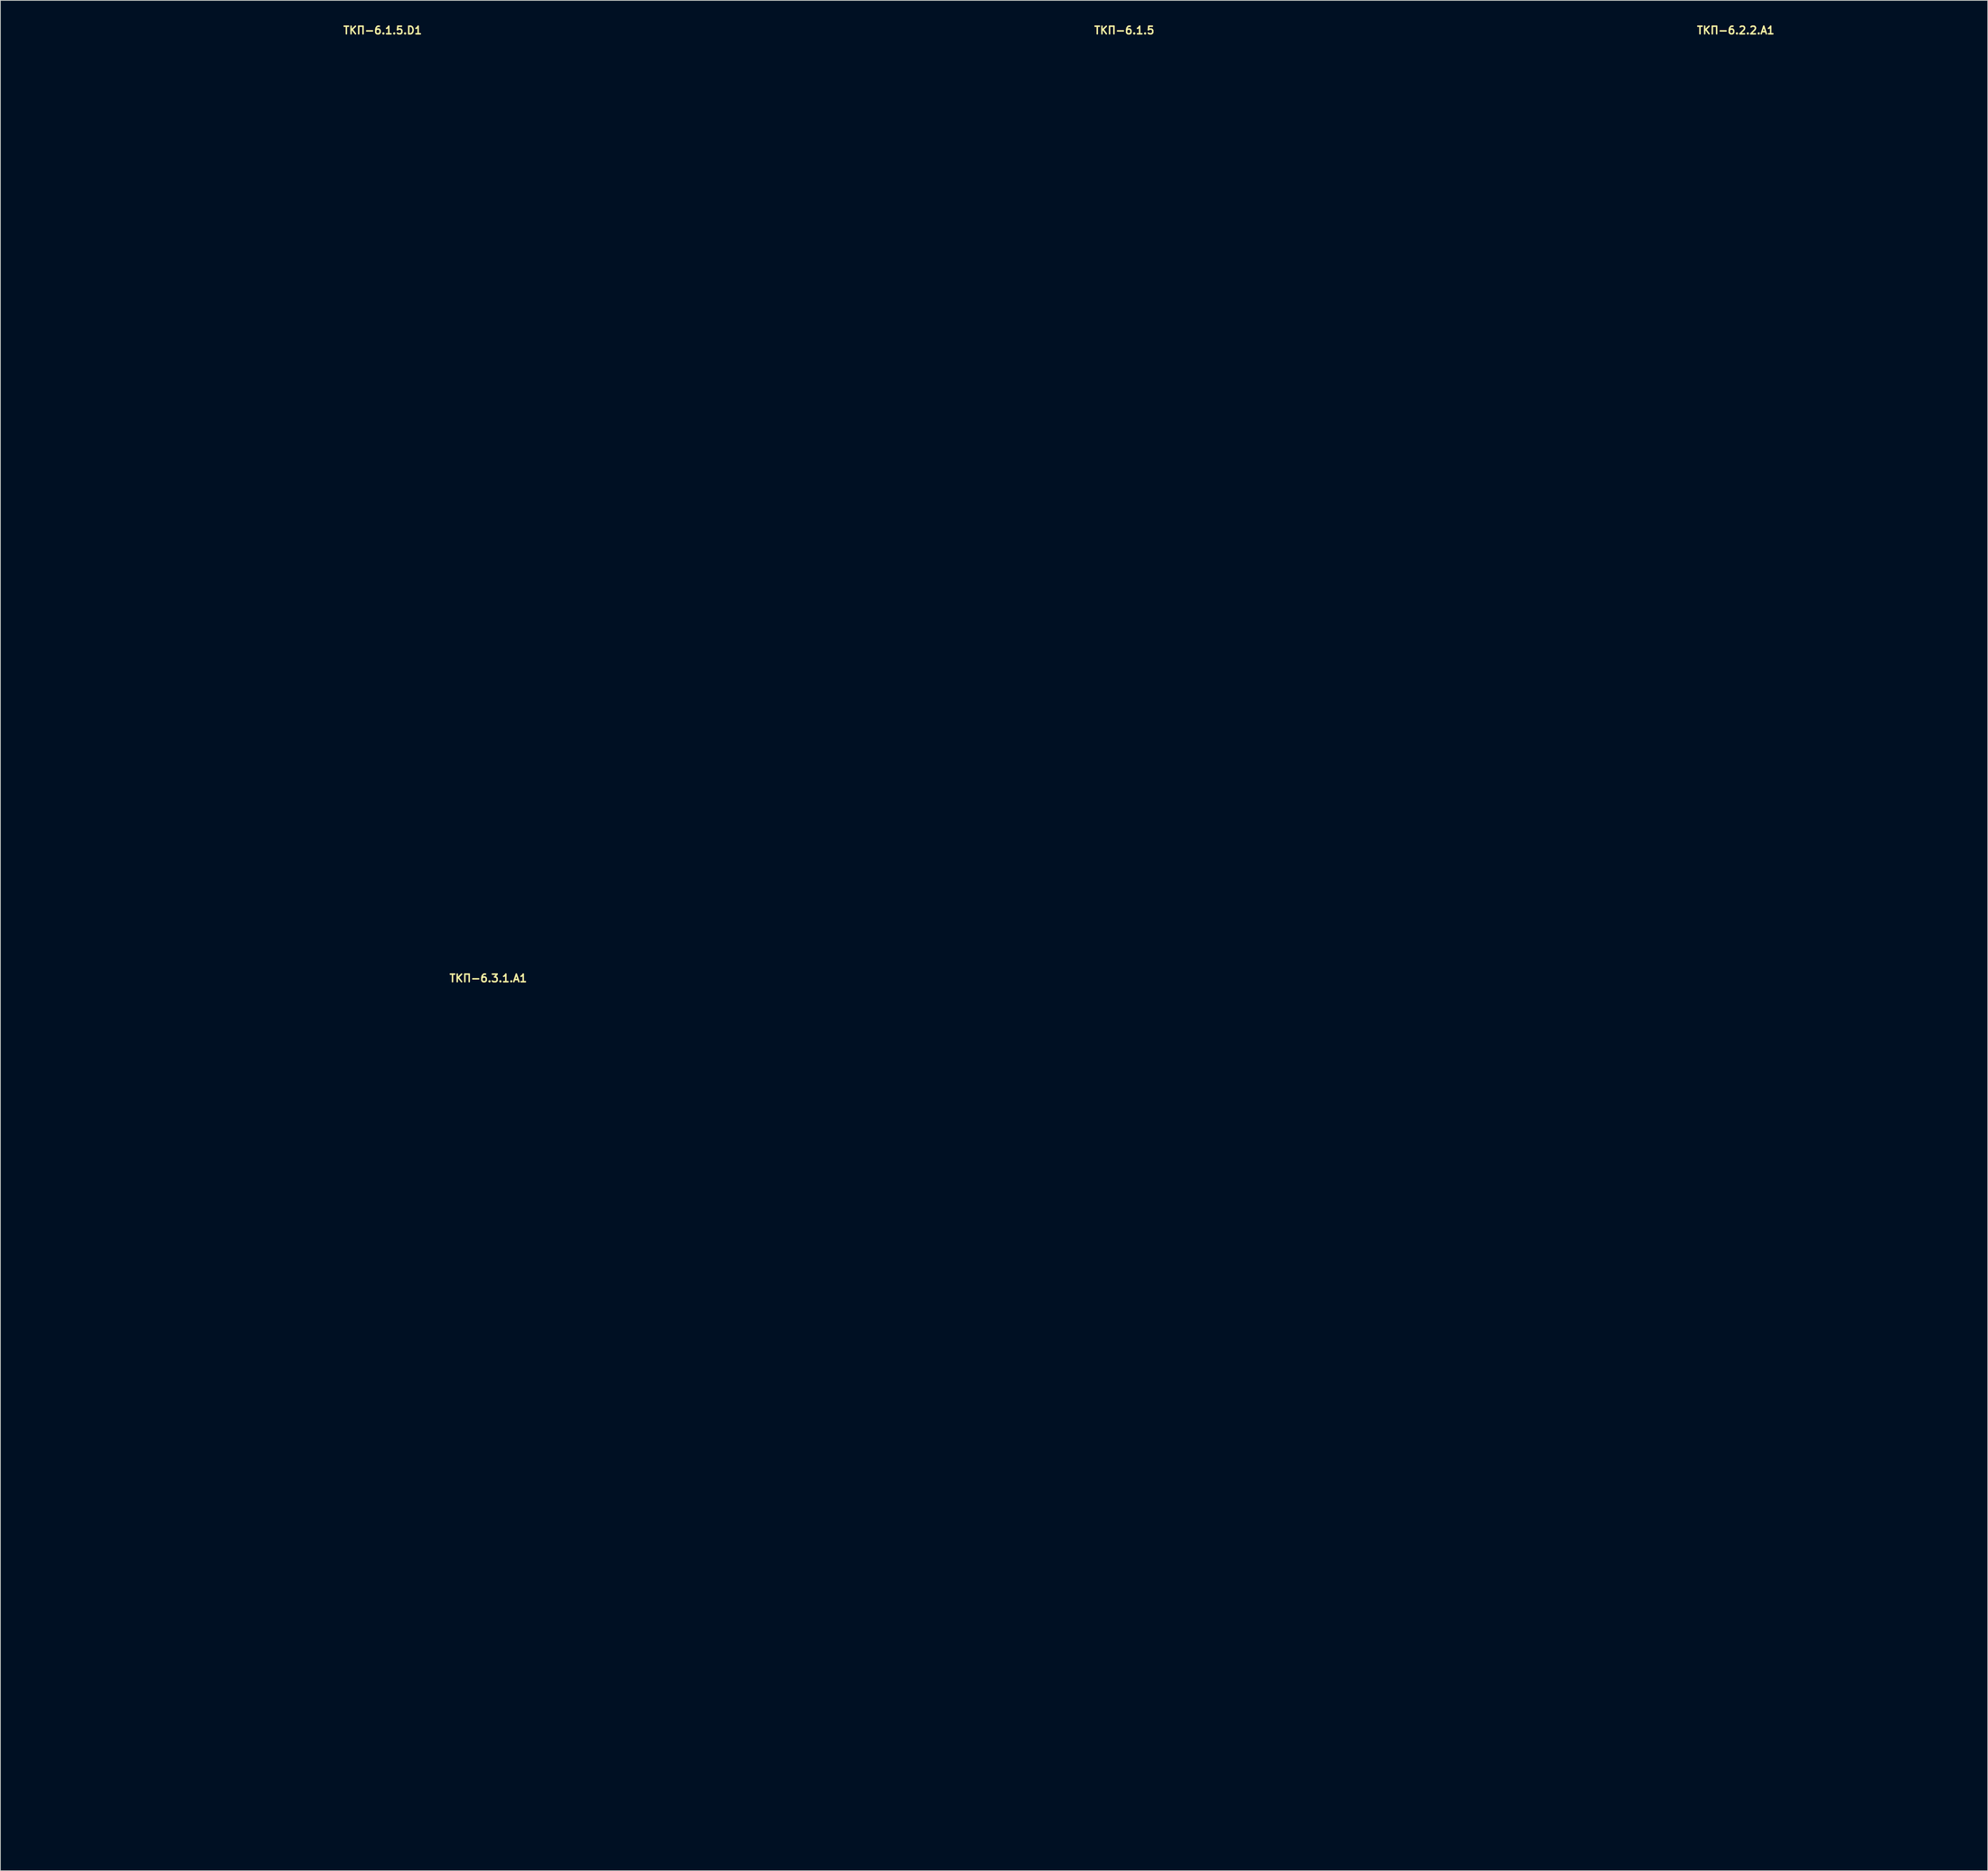
<source format=kicad_pcb>
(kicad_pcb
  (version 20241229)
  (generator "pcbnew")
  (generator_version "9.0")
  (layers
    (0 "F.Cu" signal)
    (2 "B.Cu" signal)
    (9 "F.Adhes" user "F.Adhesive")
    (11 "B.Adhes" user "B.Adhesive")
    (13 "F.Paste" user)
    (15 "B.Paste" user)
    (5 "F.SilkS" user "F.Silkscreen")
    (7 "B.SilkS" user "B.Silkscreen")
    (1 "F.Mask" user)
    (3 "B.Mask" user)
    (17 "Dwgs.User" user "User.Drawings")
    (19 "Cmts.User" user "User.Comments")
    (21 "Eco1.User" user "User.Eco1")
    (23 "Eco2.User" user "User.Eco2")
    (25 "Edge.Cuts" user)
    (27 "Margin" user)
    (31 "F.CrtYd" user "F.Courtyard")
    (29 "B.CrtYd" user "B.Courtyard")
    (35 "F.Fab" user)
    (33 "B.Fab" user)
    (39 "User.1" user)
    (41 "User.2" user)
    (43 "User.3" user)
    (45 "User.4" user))
  (footprint "ТКП-6.1.5.D1"
    (layer "F.Cu")
    (at 47.2 61.515)
    (property "Reference" "ТКП-6.1.5.D1" (at 0 -60.579 0) (layer "F.SilkS") (effects (font (size 1 1) (thickness 0.2))))
    (attr through_hole)
    (fp_line (start -47 -56.65) (end -47 56.65) (stroke (width 0.4) (type solid)) (layer "Eco1.User"))
    (fp_line (start -43.9 -59.75) (end 43.9 -59.75) (stroke (width 0.4) (type solid)) (layer "Eco1.User"))
    (fp_line (start -43.9 59.75) (end 43.9 59.75) (stroke (width 0.4) (type solid)) (layer "Eco1.User"))
    (fp_line (start 47 -56.65) (end 47 56.65) (stroke (width 0.4) (type solid)) (layer "Eco1.User"))
    (fp_arc (start -47 -56.65) (mid -46.092031 -58.842031) (end -43.9 -59.75) (stroke (width 0.4) (type solid)) (layer "Eco1.User"))
    (fp_arc (start -43.9 59.75) (mid -46.092031 58.842031) (end -47 56.65) (stroke (width 0.4) (type solid)) (layer "Eco1.User"))
    (fp_arc (start 43.9 -59.75) (mid 46.092031 -58.842031) (end 47 -56.65) (stroke (width 0.4) (type solid)) (layer "Eco1.User"))
    (fp_arc (start 47 56.65) (mid 46.092031 58.842031) (end 43.9 59.75) (stroke (width 0.4) (type solid)) (layer "Eco1.User"))
    (fp_circle (center -38.6 -51.35) (end -36.6 -51.35) (stroke (width 0.4) (type solid)) (fill no) (layer "Eco1.User"))
    (fp_circle (center -38.6 51.35) (end -36.6 51.35) (stroke (width 0.4) (type solid)) (fill no) (layer "Eco1.User"))
    (fp_circle (center -33.02 -31.55) (end -29.42 -31.55) (stroke (width 0.4) (type solid)) (fill no) (layer "Eco1.User"))
    (fp_circle (center -29.21 -52.07) (end -27.71 -52.07) (stroke (width 0.4) (type solid)) (fill no) (layer "Eco1.User"))
    (fp_circle (center -8.89 -52.07) (end -7.39 -52.07) (stroke (width 0.4) (type solid)) (fill no) (layer "Eco1.User"))
    (fp_circle (center 0 -31.55) (end 3.6 -31.55) (stroke (width 0.4) (type solid)) (fill no) (layer "Eco1.User"))
    (fp_circle (center 0 13.97) (end 2.6 13.97) (stroke (width 0.4) (type solid)) (fill no) (layer "Eco1.User"))
    (fp_circle (center 0 29.21) (end 6 29.21) (stroke (width 0.4) (type solid)) (fill no) (layer "Eco1.User"))
    (fp_circle (center 8.89 -52.07) (end 10.39 -52.07) (stroke (width 0.4) (type solid)) (fill no) (layer "Eco1.User"))
    (fp_circle (center 29.21 -52.07) (end 30.71 -52.07) (stroke (width 0.4) (type solid)) (fill no) (layer "Eco1.User"))
    (fp_circle (center 33.02 -31.55) (end 36.62 -31.55) (stroke (width 0.4) (type solid)) (fill no) (layer "Eco1.User"))
    (fp_circle (center 38.6 -51.35) (end 40.6 -51.35) (stroke (width 0.4) (type solid)) (fill no) (layer "Eco1.User"))
    (fp_circle (center 38.6 51.35) (end 40.6 51.35) (stroke (width 0.4) (type solid)) (fill no) (layer "Eco1.User")))
  (footprint "ТКП-6.1.5"
    (layer "F.Cu")
    (at 144.6 61.515)
    (property "Reference" "ТКП-6.1.5" (at 0 -60.579 0) (layer "F.SilkS") (effects (font (size 1 1) (thickness 0.2))))
    (attr through_hole)
    (fp_line (start -47 -56.65) (end -47 56.65) (stroke (width 0.4) (type solid)) (layer "Eco1.User"))
    (fp_line (start -43.9 -59.75) (end 43.9 -59.75) (stroke (width 0.4) (type solid)) (layer "Eco1.User"))
    (fp_line (start -43.9 59.75) (end 43.9 59.75) (stroke (width 0.4) (type solid)) (layer "Eco1.User"))
    (fp_line (start 47 -56.65) (end 47 56.65) (stroke (width 0.4) (type solid)) (layer "Eco1.User"))
    (fp_arc (start -47 -56.65) (mid -46.092031 -58.842031) (end -43.9 -59.75) (stroke (width 0.4) (type solid)) (layer "Eco1.User"))
    (fp_arc (start -43.9 59.75) (mid -46.092031 58.842031) (end -47 56.65) (stroke (width 0.4) (type solid)) (layer "Eco1.User"))
    (fp_arc (start 43.9 -59.75) (mid 46.092031 -58.842031) (end 47 -56.65) (stroke (width 0.4) (type solid)) (layer "Eco1.User"))
    (fp_arc (start 47 56.65) (mid 46.092031 58.842031) (end 43.9 59.75) (stroke (width 0.4) (type solid)) (layer "Eco1.User"))
    (fp_circle (center -38.6 -51.35) (end -36.6 -51.35) (stroke (width 0.4) (type solid)) (fill no) (layer "Eco1.User"))
    (fp_circle (center -38.6 51.35) (end -36.6 51.35) (stroke (width 0.4) (type solid)) (fill no) (layer "Eco1.User"))
    (fp_circle (center 38.6 -51.35) (end 40.6 -51.35) (stroke (width 0.4) (type solid)) (fill no) (layer "Eco1.User"))
    (fp_circle (center 38.6 51.35) (end 40.6 51.35) (stroke (width 0.4) (type solid)) (fill no) (layer "Eco1.User")))
  (footprint "ТКП-6.3.1.A1"
    (layer "F.Cu")
    (at 61.07 182.805)
    (property "Reference" "ТКП-6.3.1.A1" (at 0 -57.404 0) (layer "F.SilkS") (effects (font (size 1 1) (thickness 0.2))))
    (attr through_hole)
    (fp_line (start -60.87 -54.58) (end -60.87 54.58) (stroke (width 0.4) (type solid)) (layer "Eco2.User"))
    (fp_line (start -60.87 -54.58) (end -58.87 -54.58) (stroke (width 0.4) (type solid)) (layer "Eco2.User"))
    (fp_line (start -60.87 54.58) (end -58.87 54.58) (stroke (width 0.4) (type solid)) (layer "Eco2.User"))
    (fp_line (start -58.87 -56.58) (end -58.87 -54.58) (stroke (width 0.4) (type solid)) (layer "Eco2.User"))
    (fp_line (start -58.87 -56.58) (end -32.57 -56.58) (stroke (width 0.4) (type solid)) (layer "Eco2.User"))
    (fp_line (start -58.87 54.58) (end -58.87 56.58) (stroke (width 0.4) (type solid)) (layer "Eco2.User"))
    (fp_line (start -58.87 56.58) (end -32.57 56.58) (stroke (width 0.4) (type solid)) (layer "Eco2.User"))
    (fp_line (start -31.97 -56.58) (end -31.97 56.58) (stroke (width 0.4) (type solid)) (layer "Eco2.User"))
    (fp_line (start -31.97 -56.58) (end -30.97 -56.58) (stroke (width 0.4) (type solid)) (layer "Eco2.User"))
    (fp_line (start -31.97 56.58) (end -30.97 56.58) (stroke (width 0.4) (type solid)) (layer "Eco2.User"))
    (fp_line (start -30.97 -56.58) (end -30.97 56.58) (stroke (width 0.4) (type solid)) (layer "Eco2.User"))
    (fp_line (start -30.97 -54.58) (end -29.97 -54.58) (stroke (width 0.4) (type solid)) (layer "Eco2.User"))
    (fp_line (start -30.97 54.58) (end -29.97 54.58) (stroke (width 0.4) (type solid)) (layer "Eco2.User"))
    (fp_line (start -30.77 -56.58) (end -30.77 -55.58) (stroke (width 0.4) (type solid)) (layer "Eco2.User"))
    (fp_line (start -30.77 -56.58) (end 30.77 -56.58) (stroke (width 0.4) (type solid)) (layer "Eco2.User"))
    (fp_line (start -30.77 -55.58) (end 30.77 -55.58) (stroke (width 0.4) (type solid)) (layer "Eco2.User"))
    (fp_line (start -30.77 55.58) (end -30.77 56.58) (stroke (width 0.4) (type solid)) (layer "Eco2.User"))
    (fp_line (start -30.77 55.58) (end 30.77 55.58) (stroke (width 0.4) (type solid)) (layer "Eco2.User"))
    (fp_line (start -30.77 56.58) (end 30.77 56.58) (stroke (width 0.4) (type solid)) (layer "Eco2.User"))
    (fp_line (start -29.97 -55.58) (end -29.97 -54.58) (stroke (width 0.4) (type solid)) (layer "Eco2.User"))
    (fp_line (start -29.97 54.58) (end -29.97 55.58) (stroke (width 0.4) (type solid)) (layer "Eco2.User"))
    (fp_line (start -29.12 -55.58) (end -29.12 -54.08) (stroke (width 0.4) (type solid)) (layer "Eco2.User"))
    (fp_line (start -29.12 -54.08) (end -22.82 -54.08) (stroke (width 0.4) (type solid)) (layer "Eco2.User"))
    (fp_line (start -29.12 55.58) (end -29.12 54.08) (stroke (width 0.4) (type solid)) (layer "Eco2.User"))
    (fp_line (start -22.82 -55.58) (end -22.82 -54.08) (stroke (width 0.4) (type solid)) (layer "Eco2.User"))
    (fp_line (start -22.82 54.08) (end -29.12 54.08) (stroke (width 0.4) (type solid)) (layer "Eco2.User"))
    (fp_line (start -22.82 55.58) (end -22.82 54.08) (stroke (width 0.4) (type solid)) (layer "Eco2.User"))
    (fp_line (start -21.17 -56.58) (end -21.17 -55.58) (stroke (width 0.4) (type solid)) (layer "Eco2.User"))
    (fp_line (start -21.17 55.58) (end -21.17 56.58) (stroke (width 0.4) (type solid)) (layer "Eco2.User"))
    (fp_line (start 21.17 -56.58) (end 21.17 -55.58) (stroke (width 0.4) (type solid)) (layer "Eco2.User"))
    (fp_line (start 21.17 55.58) (end 21.17 56.58) (stroke (width 0.4) (type solid)) (layer "Eco2.User"))
    (fp_line (start 22.82 -55.58) (end 22.82 -54.08) (stroke (width 0.4) (type solid)) (layer "Eco2.User"))
    (fp_line (start 22.82 -54.08) (end 29.12 -54.08) (stroke (width 0.4) (type solid)) (layer "Eco2.User"))
    (fp_line (start 22.82 55.58) (end 22.82 54.08) (stroke (width 0.4) (type solid)) (layer "Eco2.User"))
    (fp_line (start 29.12 -55.58) (end 29.12 -54.08) (stroke (width 0.4) (type solid)) (layer "Eco2.User"))
    (fp_line (start 29.12 54.08) (end 22.82 54.08) (stroke (width 0.4) (type solid)) (layer "Eco2.User"))
    (fp_line (start 29.12 55.58) (end 29.12 54.08) (stroke (width 0.4) (type solid)) (layer "Eco2.User"))
    (fp_line (start 29.97 -55.58) (end 29.97 -54.58) (stroke (width 0.4) (type solid)) (layer "Eco2.User"))
    (fp_line (start 29.97 -54.58) (end 30.97 -54.58) (stroke (width 0.4) (type solid)) (layer "Eco2.User"))
    (fp_line (start 29.97 54.58) (end 29.97 55.58) (stroke (width 0.4) (type solid)) (layer "Eco2.User"))
    (fp_line (start 29.97 54.58) (end 30.97 54.58) (stroke (width 0.4) (type solid)) (layer "Eco2.User"))
    (fp_line (start 30.77 -56.58) (end 30.77 -55.58) (stroke (width 0.4) (type solid)) (layer "Eco2.User"))
    (fp_line (start 30.77 55.58) (end 30.77 56.58) (stroke (width 0.4) (type solid)) (layer "Eco2.User"))
    (fp_line (start 30.97 -56.58) (end 30.97 56.58) (stroke (width 0.4) (type solid)) (layer "Eco2.User"))
    (fp_line (start 30.97 -56.58) (end 31.97 -56.58) (stroke (width 0.4) (type solid)) (layer "Eco2.User"))
    (fp_line (start 30.97 56.58) (end 31.97 56.58) (stroke (width 0.4) (type solid)) (layer "Eco2.User"))
    (fp_line (start 31.97 -56.58) (end 31.97 56.58) (stroke (width 0.4) (type solid)) (layer "Eco2.User"))
    (fp_line (start 32.57 -56.58) (end 58.87 -56.58) (stroke (width 0.4) (type solid)) (layer "Eco2.User"))
    (fp_line (start 32.57 56.58) (end 58.87 56.58) (stroke (width 0.4) (type solid)) (layer "Eco2.User"))
    (fp_line (start 58.87 -56.58) (end 58.87 -54.58) (stroke (width 0.4) (type solid)) (layer "Eco2.User"))
    (fp_line (start 58.87 -54.58) (end 60.87 -54.58) (stroke (width 0.4) (type solid)) (layer "Eco2.User"))
    (fp_line (start 58.87 54.58) (end 58.87 56.58) (stroke (width 0.4) (type solid)) (layer "Eco2.User"))
    (fp_line (start 58.87 54.58) (end 60.87 54.58) (stroke (width 0.4) (type solid)) (layer "Eco2.User"))
    (fp_line (start 60.87 -54.58) (end 60.87 54.58) (stroke (width 0.4) (type solid)) (layer "Eco2.User"))
    (fp_arc (start -60.87 -54.58) (mid -60.284214 -55.994214) (end -58.87 -56.58) (stroke (width 0.4) (type solid)) (layer "Eco2.User"))
    (fp_arc (start -59.87 -54.58) (mid -59.577107 -55.287107) (end -58.87 -55.58) (stroke (width 0.4) (type solid)) (layer "Eco2.User"))
    (fp_arc (start -58.87 55.58) (mid -59.577107 55.287107) (end -59.87 54.58) (stroke (width 0.4) (type solid)) (layer "Eco2.User"))
    (fp_arc (start -58.87 56.58) (mid -60.284214 55.994214) (end -60.87 54.58) (stroke (width 0.4) (type solid)) (layer "Eco2.User"))
    (fp_arc (start -32.57 -56.58) (mid -32.145736 -56.404264) (end -31.97 -55.98) (stroke (width 0.4) (type solid)) (layer "Eco2.User"))
    (fp_arc (start -31.97 55.98) (mid -32.145736 56.404264) (end -32.57 56.58) (stroke (width 0.4) (type solid)) (layer "Eco2.User"))
    (fp_arc (start 31.97 -55.98) (mid 32.145736 -56.404264) (end 32.57 -56.58) (stroke (width 0.4) (type solid)) (layer "Eco2.User"))
    (fp_arc (start 32.57 56.58) (mid 32.145736 56.404264) (end 31.97 55.98) (stroke (width 0.4) (type solid)) (layer "Eco2.User"))
    (fp_arc (start 58.87 -56.58) (mid 60.284214 -55.994214) (end 60.87 -54.58) (stroke (width 0.4) (type solid)) (layer "Eco2.User"))
    (fp_arc (start 58.87 -55.58) (mid 59.577107 -55.287107) (end 59.87 -54.58) (stroke (width 0.4) (type solid)) (layer "Eco2.User"))
    (fp_arc (start 59.87 54.58) (mid 59.577107 55.287107) (end 58.87 55.58) (stroke (width 0.4) (type solid)) (layer "Eco2.User"))
    (fp_arc (start 60.87 54.58) (mid 60.284214 55.994214) (end 58.87 56.58) (stroke (width 0.4) (type solid)) (layer "Eco2.User"))
    (fp_circle (center -43.57 1.27) (end -37.57 1.27) (stroke (width 0.4) (type solid)) (fill no) (layer "Eco2.User"))
    (fp_circle (center 43.57 1.27) (end 49.57 1.27) (stroke (width 0.4) (type solid)) (fill no) (layer "Eco2.User")))
  (footprint "ТКП-6.2.2.A1"
    (layer "F.Cu")
    (at 224.9 59.102)
    (property "Reference" "ТКП-6.2.2.A1" (at 0 -58.166 0) (layer "F.SilkS") (effects (font (size 1 1) (thickness 0.2))))
    (attr through_hole)
    (fp_line (start -29.9 -54.3) (end -29.9 54.3) (stroke (width 0.4) (type solid)) (layer "Eco2.User"))
    (fp_line (start -26.8 -57.4) (end 26.8 -57.4) (stroke (width 0.4) (type solid)) (layer "Eco2.User"))
    (fp_line (start -26.8 57.4) (end 26.8 57.4) (stroke (width 0.4) (type solid)) (layer "Eco2.User"))
    (fp_line (start 29.9 -54.3) (end 29.9 54.3) (stroke (width 0.4) (type solid)) (layer "Eco2.User"))
    (fp_arc (start -29.9 -54.3) (mid -28.992031 -56.492031) (end -26.8 -57.4) (stroke (width 0.4) (type solid)) (layer "Eco2.User"))
    (fp_arc (start -26.8 57.4) (mid -28.992031 56.492031) (end -29.9 54.3) (stroke (width 0.4) (type solid)) (layer "Eco2.User"))
    (fp_arc (start 26.8 -57.4) (mid 28.992031 -56.492031) (end 29.9 -54.3) (stroke (width 0.4) (type solid)) (layer "Eco2.User"))
    (fp_arc (start 29.9 54.3) (mid 28.992031 56.492031) (end 26.8 57.4) (stroke (width 0.4) (type solid)) (layer "Eco2.User"))
    (fp_circle (center -24.57 -52.07) (end -23.07 -52.07) (stroke (width 0.4) (type solid)) (fill no) (layer "Eco2.User"))
    (fp_circle (center -24.57 52.07) (end -23.07 52.07) (stroke (width 0.4) (type solid)) (fill no) (layer "Eco2.User"))
    (fp_circle (center 24.57 -52.07) (end 26.07 -52.07) (stroke (width 0.4) (type solid)) (fill no) (layer "Eco2.User"))
    (fp_circle (center 24.57 52.07) (end 26.07 52.07) (stroke (width 0.4) (type solid)) (fill no) (layer "Eco2.User")))
  (gr_rect
    (start -3 -3)
    (end 258 242.585)
    (stroke (width 0.1) (type default))
    (fill no)
    (layer "Edge.Cuts")))
</source>
